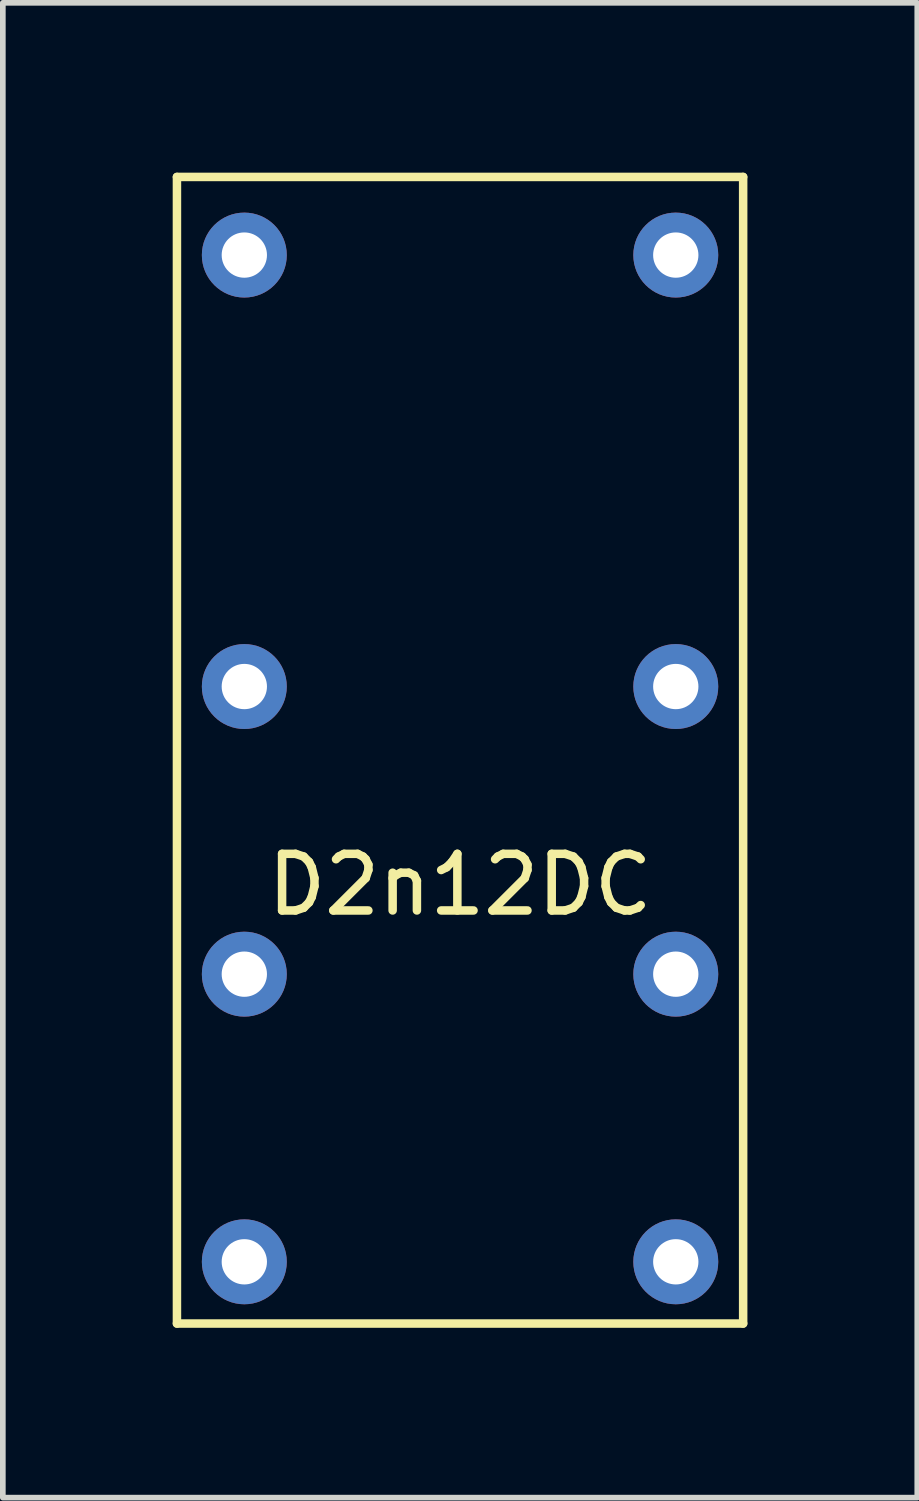
<source format=kicad_pcb>
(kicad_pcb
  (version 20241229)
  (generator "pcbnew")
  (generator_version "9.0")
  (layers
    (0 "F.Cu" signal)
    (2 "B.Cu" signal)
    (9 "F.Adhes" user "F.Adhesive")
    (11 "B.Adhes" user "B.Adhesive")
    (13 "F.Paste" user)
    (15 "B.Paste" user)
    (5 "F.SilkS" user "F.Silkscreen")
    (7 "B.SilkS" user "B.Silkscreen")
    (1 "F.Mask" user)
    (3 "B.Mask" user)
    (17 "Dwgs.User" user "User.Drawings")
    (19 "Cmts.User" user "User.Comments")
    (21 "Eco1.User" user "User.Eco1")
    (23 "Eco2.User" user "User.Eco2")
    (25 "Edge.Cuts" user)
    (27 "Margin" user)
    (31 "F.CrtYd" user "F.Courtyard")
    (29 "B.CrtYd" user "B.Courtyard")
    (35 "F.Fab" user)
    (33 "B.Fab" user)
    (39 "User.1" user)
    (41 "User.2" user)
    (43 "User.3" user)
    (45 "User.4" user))
  (footprint "D2n12DC"
    (layer "F.Cu")
    (at 5.075 9.075)
    (property "Reference" "D2n12DC" (at 0 3.5 0) (layer "F.SilkS") (effects (font (size 1 1) (thickness 0.15))))
    (attr through_hole)
    (fp_line (start -5 -9) (end 5 -9) (stroke (width 0.15) (type solid)) (layer "F.SilkS"))
    (fp_line (start -5 11.25) (end -5 -9) (stroke (width 0.15) (type solid)) (layer "F.SilkS"))
    (fp_line (start -5 11.25) (end 5 11.25) (stroke (width 0.15) (type solid)) (layer "F.SilkS"))
    (fp_line (start 5 11.25) (end 5 -9) (stroke (width 0.15) (type solid)) (layer "F.SilkS"))
    (pad "1" thru_hole circle (at -3.81 -7.62) (size 1.5 1.5) (drill 0.8) (layers "*.Cu" "*.Mask"))
    (pad "4" thru_hole circle (at -3.81 0) (size 1.5 1.5) (drill 0.8) (layers "*.Cu" "*.Mask"))
    (pad "6" thru_hole circle (at -3.81 5.08) (size 1.5 1.5) (drill 0.8) (layers "*.Cu" "*.Mask"))
    (pad "8" thru_hole circle (at -3.81 10.16) (size 1.5 1.5) (drill 0.8) (layers "*.Cu" "*.Mask"))
    (pad "9" thru_hole circle (at 3.81 10.16) (size 1.5 1.5) (drill 0.8) (layers "*.Cu" "*.Mask"))
    (pad "11" thru_hole circle (at 3.81 5.08) (size 1.5 1.5) (drill 0.8) (layers "*.Cu" "*.Mask"))
    (pad "13" thru_hole circle (at 3.81 0) (size 1.5 1.5) (drill 0.8) (layers "*.Cu" "*.Mask"))
    (pad "16" thru_hole circle (at 3.81 -7.62) (size 1.5 1.5) (drill 0.8) (layers "*.Cu" "*.Mask")))
  (gr_rect
    (start -3 -3)
    (end 13.15 23.4)
    (stroke (width 0.1) (type default))
    (fill no)
    (layer "Edge.Cuts")))
</source>
